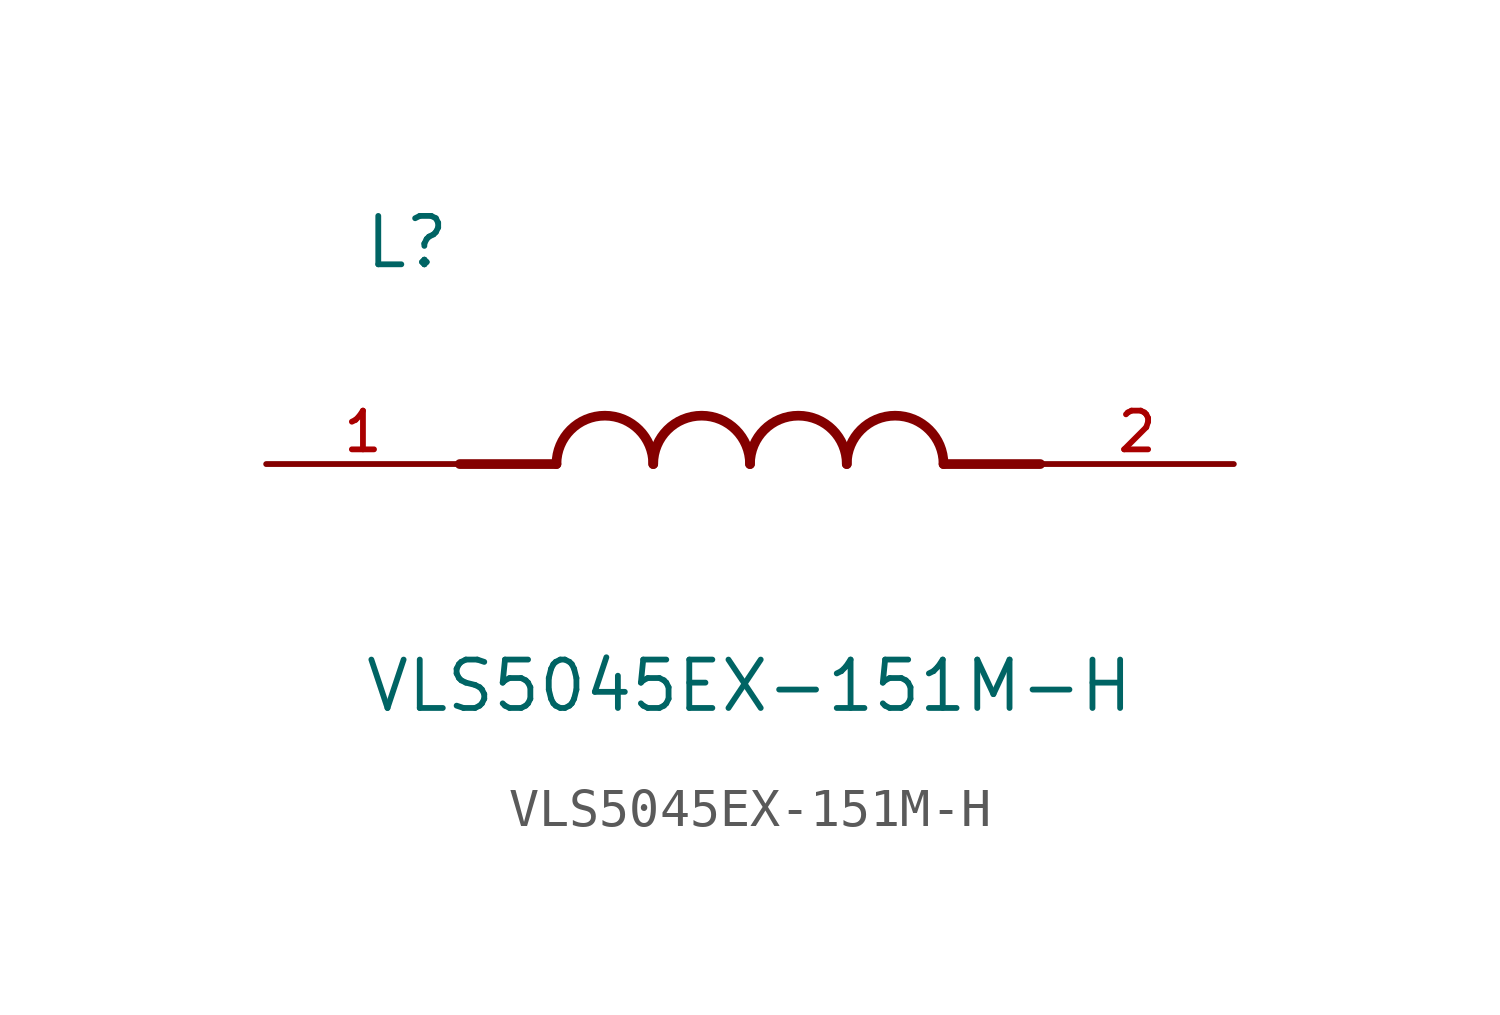
<source format=kicad_sym>
(kicad_symbol_lib
  (version 20211014)
  (generator kicad_symbol_editor)
  (symbol "VLS5045EX-151M-H"
    (pin_names
      (offset 1.016))
    (property "Reference" "L"
      (at -10.16 5.08 0)
      (effects (font (size 1.27 1.27)) (justify bottom left)))
    (property "Value" "VLS5045EX-151M-H"
      (at -10.16 -5.08 0)
      (effects (font (size 1.27 1.27)) (justify top left)))
    (symbol "VLS5045EX-151M-H_0_0"
      (polyline (pts (xy -5.08 0.0) (xy -7.62 0.0)) (stroke (width 0.254)))
      (polyline (pts (xy 5.08 0.0) (xy 7.62 0.0)) (stroke (width 0.254)))
      (arc (start -2.54 0.0) (mid -3.81 1.27) (end -5.08 0.0) (stroke (width 0.254) (type default) (color 0 0 0 0)) (fill (type none)))
      (arc (start 0.0 0.0) (mid -1.27 1.27) (end -2.54 0.0) (stroke (width 0.254) (type default) (color 0 0 0 0)) (fill (type none)))
      (arc (start 2.54 0.0) (mid 1.27 1.27) (end 0.0 0.0) (stroke (width 0.254) (type default) (color 0 0 0 0)) (fill (type none)))
      (arc (start 5.08 0.0) (mid 3.81 1.27) (end 2.54 0.0) (stroke (width 0.254) (type default) (color 0 0 0 0)) (fill (type none)))
      (pin passive line (at -12.7 0.0 0) (length 5.08) (name "~" (effects (font (size 1.016 1.016)))) (number "1" (effects (font (size 1.016 1.016)))))
      (pin passive line (at 12.7 0.0 180.0) (length 5.08) (name "~" (effects (font (size 1.016 1.016)))) (number "2" (effects (font (size 1.016 1.016))))))))
</source>
